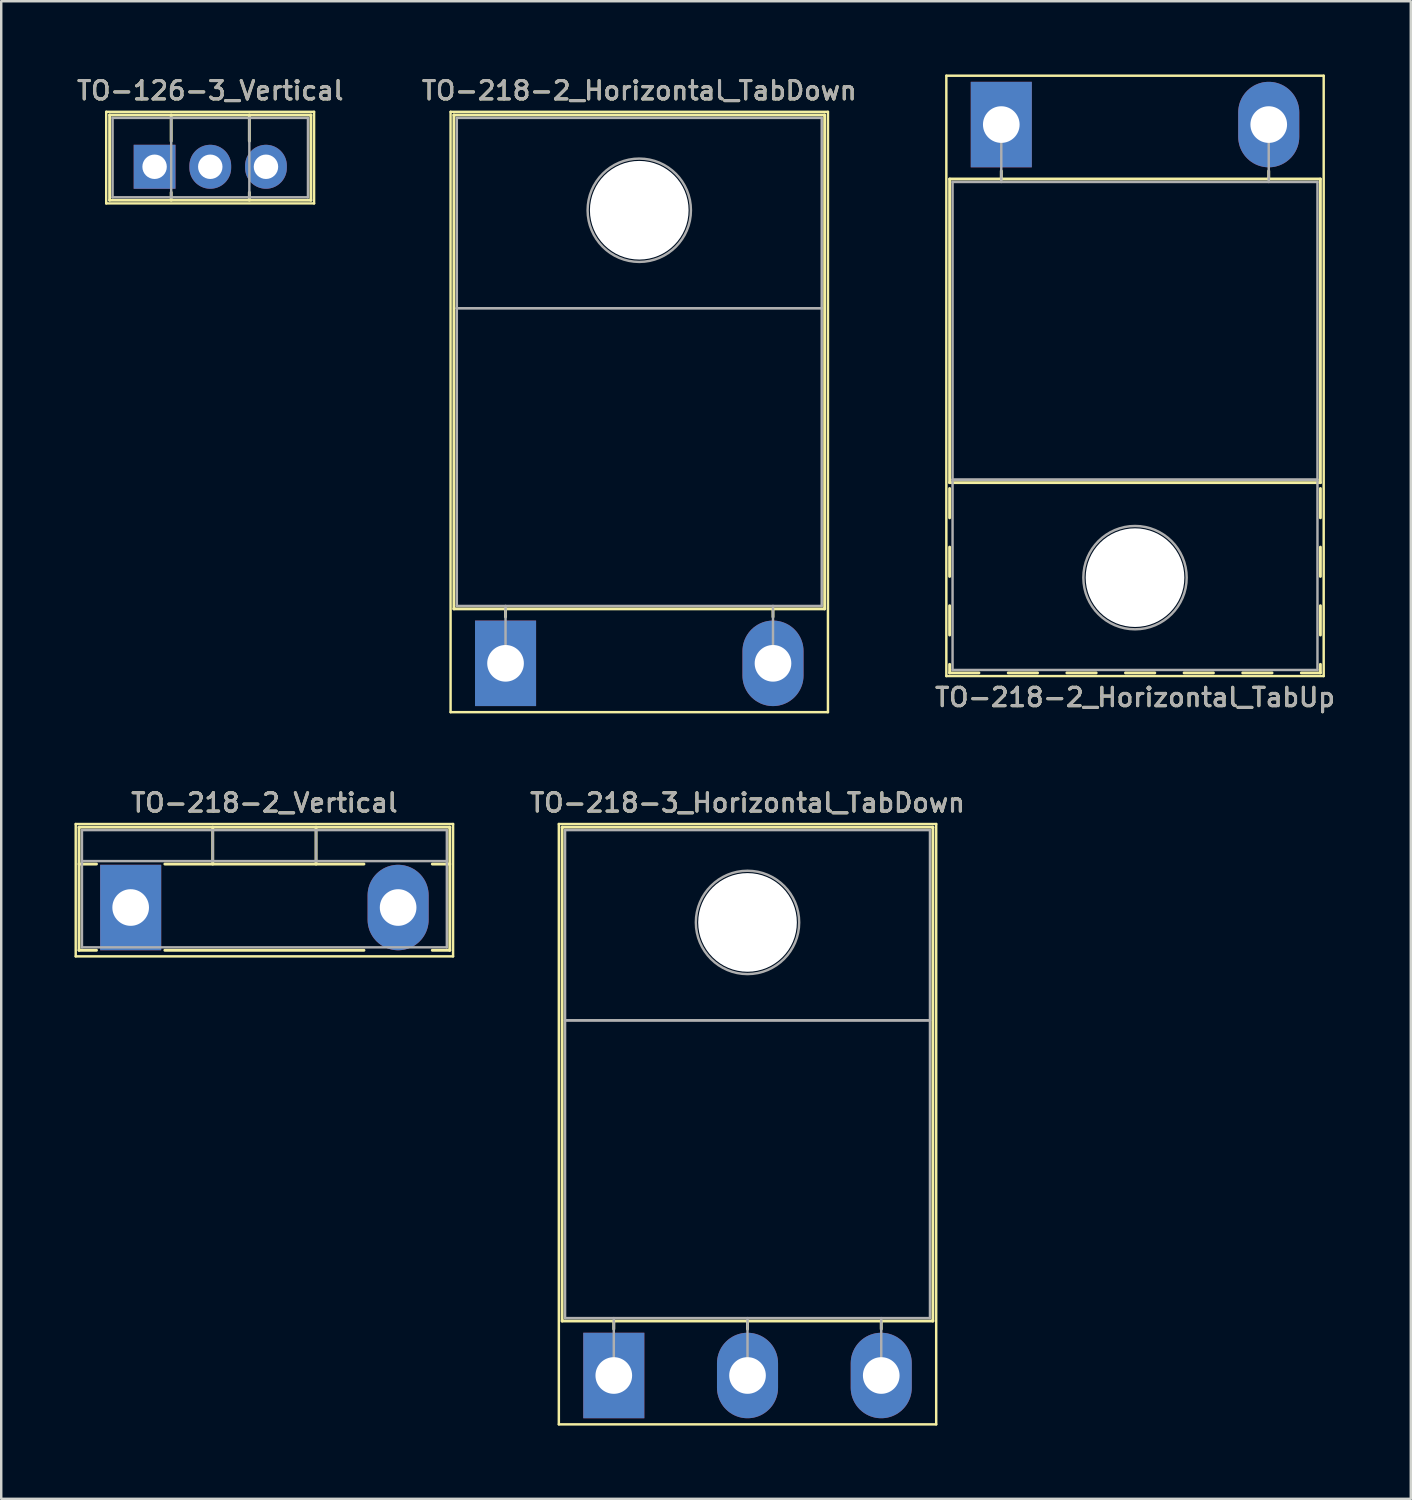
<source format=kicad_pcb>
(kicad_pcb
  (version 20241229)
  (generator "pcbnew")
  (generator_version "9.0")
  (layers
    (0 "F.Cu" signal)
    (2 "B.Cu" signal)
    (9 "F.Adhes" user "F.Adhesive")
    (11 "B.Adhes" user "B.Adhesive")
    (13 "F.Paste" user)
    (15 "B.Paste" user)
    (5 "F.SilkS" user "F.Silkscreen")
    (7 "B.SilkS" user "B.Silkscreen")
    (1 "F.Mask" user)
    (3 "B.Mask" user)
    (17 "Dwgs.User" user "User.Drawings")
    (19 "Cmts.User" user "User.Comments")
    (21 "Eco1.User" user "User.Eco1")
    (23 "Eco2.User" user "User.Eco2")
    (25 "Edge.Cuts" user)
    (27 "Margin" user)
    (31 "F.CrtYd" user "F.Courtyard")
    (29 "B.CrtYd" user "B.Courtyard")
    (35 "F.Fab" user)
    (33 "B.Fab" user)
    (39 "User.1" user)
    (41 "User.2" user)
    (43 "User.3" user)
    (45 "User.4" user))
  (footprint "TO-126-3_Vertical"
    (layer "F.Cu")
    (at 3.279 3.778)
    (property "Reference" "TO-126-3_Vertical" (at 2.28 -3.12 0) (layer "F.SilkS") (effects (font (size 0.75 0.75) (thickness 0.125))))
    (attr through_hole)
    (fp_line (start -1.98 -2.25) (end -1.98 1.5) (stroke (width 0.1) (type solid)) (layer "F.SilkS"))
    (fp_line (start -1.98 1.5) (end 6.53 1.5) (stroke (width 0.1) (type solid)) (layer "F.SilkS"))
    (fp_line (start -1.841 -2.12) (end -1.841 1.37) (stroke (width 0.12) (type solid)) (layer "F.SilkS"))
    (fp_line (start -1.841 -2.12) (end 6.4 -2.12) (stroke (width 0.12) (type solid)) (layer "F.SilkS"))
    (fp_line (start -1.841 1.37) (end 6.4 1.37) (stroke (width 0.12) (type solid)) (layer "F.SilkS"))
    (fp_line (start 0.68 -2.12) (end 0.68 -1.05) (stroke (width 0.12) (type solid)) (layer "F.SilkS"))
    (fp_line (start 0.68 1.05) (end 0.68 1.37) (stroke (width 0.12) (type solid)) (layer "F.SilkS"))
    (fp_line (start 3.88 -2.12) (end 3.88 -1.05) (stroke (width 0.12) (type solid)) (layer "F.SilkS"))
    (fp_line (start 3.88 1.05) (end 3.88 1.37) (stroke (width 0.12) (type solid)) (layer "F.SilkS"))
    (fp_line (start 6.4 -2.12) (end 6.4 1.37) (stroke (width 0.12) (type solid)) (layer "F.SilkS"))
    (fp_line (start 6.53 -2.25) (end -1.98 -2.25) (stroke (width 0.1) (type solid)) (layer "F.SilkS"))
    (fp_line (start 6.53 1.5) (end 6.53 -2.25) (stroke (width 0.1) (type solid)) (layer "F.SilkS"))
    (fp_line (start -1.72 -2) (end -1.72 1.25) (stroke (width 0.1) (type solid)) (layer "F.Fab"))
    (fp_line (start -1.72 1.25) (end 6.28 1.25) (stroke (width 0.1) (type solid)) (layer "F.Fab"))
    (fp_line (start 0.68 -2) (end 0.68 1.25) (stroke (width 0.1) (type solid)) (layer "F.Fab"))
    (fp_line (start 3.88 -2) (end 3.88 1.25) (stroke (width 0.1) (type solid)) (layer "F.Fab"))
    (fp_line (start 6.28 -2) (end -1.72 -2) (stroke (width 0.1) (type solid)) (layer "F.Fab"))
    (fp_line (start 6.28 1.25) (end 6.28 -2) (stroke (width 0.1) (type solid)) (layer "F.Fab"))
    (fp_text user "${REFERENCE}" (at 2.28 -3.12 0) (layer "F.Fab") (effects (font (size 0.75 0.75) (thickness 0.125))))
    (pad "1" thru_hole rect (at 0 0) (size 1.71 1.8) (drill 1) (layers "*.Cu" "*.Mask"))
    (pad "2" thru_hole oval (at 2.28 0) (size 1.71 1.8) (drill 1) (layers "*.Cu" "*.Mask"))
    (pad "3" thru_hole oval (at 4.56 0) (size 1.71 1.8) (drill 1) (layers "*.Cu" "*.Mask")))
  (footprint "TO-218-2_Horizontal_TabUp"
    (layer "F.Cu")
    (at 37.945 2.05)
    (property "Reference" "TO-218-2_Horizontal_TabUp" (at 5.475 23.45 0) (layer "F.SilkS") (effects (font (size 0.75 0.75) (thickness 0.125))))
    (attr through_hole)
    (fp_line (start -2.25 -2) (end -2.25 22.58) (stroke (width 0.1) (type solid)) (layer "F.SilkS"))
    (fp_line (start -2.25 22.58) (end 13.2 22.58) (stroke (width 0.1) (type solid)) (layer "F.SilkS"))
    (fp_line (start -2.115 2.23) (end -2.115 14.66) (stroke (width 0.12) (type solid)) (layer "F.SilkS"))
    (fp_line (start -2.115 2.23) (end 13.065 2.23) (stroke (width 0.12) (type solid)) (layer "F.SilkS"))
    (fp_line (start -2.115 14.66) (end 13.065 14.66) (stroke (width 0.12) (type solid)) (layer "F.SilkS"))
    (fp_line (start -2.115 14.9) (end -2.115 16.101) (stroke (width 0.12) (type solid)) (layer "F.SilkS"))
    (fp_line (start -2.115 17.3) (end -2.115 18.5) (stroke (width 0.12) (type solid)) (layer "F.SilkS"))
    (fp_line (start -2.115 19.7) (end -2.115 20.9) (stroke (width 0.12) (type solid)) (layer "F.SilkS"))
    (fp_line (start -2.115 22.1) (end -2.115 22.45) (stroke (width 0.12) (type solid)) (layer "F.SilkS"))
    (fp_line (start -2.115 22.45) (end -0.916 22.45) (stroke (width 0.12) (type solid)) (layer "F.SilkS"))
    (fp_line (start 0 1.9) (end 0 2.23) (stroke (width 0.12) (type solid)) (layer "F.SilkS"))
    (fp_line (start 0.285 22.45) (end 1.485 22.45) (stroke (width 0.12) (type solid)) (layer "F.SilkS"))
    (fp_line (start 2.685 22.45) (end 3.885 22.45) (stroke (width 0.12) (type solid)) (layer "F.SilkS"))
    (fp_line (start 5.085 22.45) (end 6.285 22.45) (stroke (width 0.12) (type solid)) (layer "F.SilkS"))
    (fp_line (start 7.485 22.45) (end 8.685 22.45) (stroke (width 0.12) (type solid)) (layer "F.SilkS"))
    (fp_line (start 9.885 22.45) (end 11.085 22.45) (stroke (width 0.12) (type solid)) (layer "F.SilkS"))
    (fp_line (start 10.95 1.9) (end 10.95 2.23) (stroke (width 0.12) (type solid)) (layer "F.SilkS"))
    (fp_line (start 12.285 22.45) (end 13.065 22.45) (stroke (width 0.12) (type solid)) (layer "F.SilkS"))
    (fp_line (start 13.065 2.23) (end 13.065 14.66) (stroke (width 0.12) (type solid)) (layer "F.SilkS"))
    (fp_line (start 13.065 14.9) (end 13.065 16.101) (stroke (width 0.12) (type solid)) (layer "F.SilkS"))
    (fp_line (start 13.065 17.3) (end 13.065 18.5) (stroke (width 0.12) (type solid)) (layer "F.SilkS"))
    (fp_line (start 13.065 19.7) (end 13.065 20.9) (stroke (width 0.12) (type solid)) (layer "F.SilkS"))
    (fp_line (start 13.065 22.1) (end 13.065 22.45) (stroke (width 0.12) (type solid)) (layer "F.SilkS"))
    (fp_line (start 13.2 -2) (end -2.25 -2) (stroke (width 0.1) (type solid)) (layer "F.SilkS"))
    (fp_line (start 13.2 22.58) (end 13.2 -2) (stroke (width 0.1) (type solid)) (layer "F.SilkS"))
    (fp_line (start -1.995 2.35) (end -1.995 14.54) (stroke (width 0.1) (type solid)) (layer "F.Fab"))
    (fp_line (start -1.995 14.54) (end -1.995 22.33) (stroke (width 0.1) (type solid)) (layer "F.Fab"))
    (fp_line (start -1.995 14.54) (end 12.945 14.54) (stroke (width 0.1) (type solid)) (layer "F.Fab"))
    (fp_line (start -1.995 22.33) (end 12.945 22.33) (stroke (width 0.1) (type solid)) (layer "F.Fab"))
    (fp_line (start 0 2.35) (end 0 0) (stroke (width 0.1) (type solid)) (layer "F.Fab"))
    (fp_line (start 10.95 2.35) (end 10.95 0) (stroke (width 0.1) (type solid)) (layer "F.Fab"))
    (fp_line (start 12.945 2.35) (end -1.995 2.35) (stroke (width 0.1) (type solid)) (layer "F.Fab"))
    (fp_line (start 12.945 14.54) (end -1.995 14.54) (stroke (width 0.1) (type solid)) (layer "F.Fab"))
    (fp_line (start 12.945 14.54) (end 12.945 2.35) (stroke (width 0.1) (type solid)) (layer "F.Fab"))
    (fp_line (start 12.945 22.33) (end 12.945 14.54) (stroke (width 0.1) (type solid)) (layer "F.Fab"))
    (fp_circle (center 5.475 18.55) (end 7.59 18.55) (stroke (width 0.1) (type solid)) (fill no) (layer "F.Fab"))
    (fp_text user "${REFERENCE}" (at 5.475 23.45 0) (layer "F.Fab") (effects (font (size 0.75 0.75) (thickness 0.125))))
    (pad "" np_thru_hole circle (at 5.475 18.55) (size 4.04 4.04) (drill 4.04) (layers "*.Cu" "*.Mask"))
    (pad "1" thru_hole rect (at 0 0) (size 2.5 3.5) (drill 1.5) (layers "*.Cu" "*.Mask"))
    (pad "2" thru_hole oval (at 10.95 0) (size 2.5 3.5) (drill 1.5) (layers "*.Cu" "*.Mask")))
  (footprint "TO-218-2_Horizontal_TabDown"
    (layer "F.Cu")
    (at 17.648 24.108)
    (property "Reference" "TO-218-2_Horizontal_TabDown" (at 5.475 -23.45 0) (layer "F.SilkS") (effects (font (size 0.75 0.75) (thickness 0.125))))
    (attr through_hole)
    (fp_line (start -2.25 -22.58) (end -2.25 2) (stroke (width 0.1) (type solid)) (layer "F.SilkS"))
    (fp_line (start -2.25 2) (end 13.2 2) (stroke (width 0.1) (type solid)) (layer "F.SilkS"))
    (fp_line (start -2.115 -22.45) (end -2.115 -2.23) (stroke (width 0.12) (type solid)) (layer "F.SilkS"))
    (fp_line (start -2.115 -22.45) (end 13.065 -22.45) (stroke (width 0.12) (type solid)) (layer "F.SilkS"))
    (fp_line (start -2.115 -2.23) (end 13.065 -2.23) (stroke (width 0.12) (type solid)) (layer "F.SilkS"))
    (fp_line (start 0 -2.23) (end 0 -1.9) (stroke (width 0.12) (type solid)) (layer "F.SilkS"))
    (fp_line (start 10.95 -2.23) (end 10.95 -1.9) (stroke (width 0.12) (type solid)) (layer "F.SilkS"))
    (fp_line (start 13.065 -22.45) (end 13.065 -2.23) (stroke (width 0.12) (type solid)) (layer "F.SilkS"))
    (fp_line (start 13.2 -22.58) (end -2.25 -22.58) (stroke (width 0.1) (type solid)) (layer "F.SilkS"))
    (fp_line (start 13.2 2) (end 13.2 -22.58) (stroke (width 0.1) (type solid)) (layer "F.SilkS"))
    (fp_line (start -1.995 -22.33) (end 12.945 -22.33) (stroke (width 0.1) (type solid)) (layer "F.Fab"))
    (fp_line (start -1.995 -14.54) (end -1.995 -22.33) (stroke (width 0.1) (type solid)) (layer "F.Fab"))
    (fp_line (start -1.995 -14.54) (end 12.945 -14.54) (stroke (width 0.1) (type solid)) (layer "F.Fab"))
    (fp_line (start -1.995 -2.35) (end -1.995 -14.54) (stroke (width 0.1) (type solid)) (layer "F.Fab"))
    (fp_line (start 0 -2.35) (end 0 0) (stroke (width 0.1) (type solid)) (layer "F.Fab"))
    (fp_line (start 10.95 -2.35) (end 10.95 0) (stroke (width 0.1) (type solid)) (layer "F.Fab"))
    (fp_line (start 12.945 -22.33) (end 12.945 -14.54) (stroke (width 0.1) (type solid)) (layer "F.Fab"))
    (fp_line (start 12.945 -14.54) (end -1.995 -14.54) (stroke (width 0.1) (type solid)) (layer "F.Fab"))
    (fp_line (start 12.945 -14.54) (end 12.945 -2.35) (stroke (width 0.1) (type solid)) (layer "F.Fab"))
    (fp_line (start 12.945 -2.35) (end -1.995 -2.35) (stroke (width 0.1) (type solid)) (layer "F.Fab"))
    (fp_circle (center 5.475 -18.55) (end 7.59 -18.55) (stroke (width 0.1) (type solid)) (fill no) (layer "F.Fab"))
    (fp_text user "${REFERENCE}" (at 5.475 -23.45 0) (layer "F.Fab") (effects (font (size 0.75 0.75) (thickness 0.125))))
    (pad "" np_thru_hole circle (at 5.475 -18.55) (size 4.04 4.04) (drill 4.04) (layers "*.Cu" "*.Mask"))
    (pad "1" thru_hole rect (at 0 0) (size 2.5 3.5) (drill 1.5) (layers "*.Cu" "*.Mask"))
    (pad "2" thru_hole oval (at 10.95 0) (size 2.5 3.5) (drill 1.5) (layers "*.Cu" "*.Mask")))
  (footprint "TO-218-2_Vertical"
    (layer "F.Cu")
    (at 2.3 34.106)
    (property "Reference" "TO-218-2_Vertical" (at 5.475 -4.29 0) (layer "F.SilkS") (effects (font (size 0.75 0.75) (thickness 0.125))))
    (attr through_hole)
    (fp_line (start -2.25 -3.42) (end -2.25 2) (stroke (width 0.1) (type solid)) (layer "F.SilkS"))
    (fp_line (start -2.25 2) (end 13.2 2) (stroke (width 0.1) (type solid)) (layer "F.SilkS"))
    (fp_line (start -2.115 -3.29) (end -2.115 1.75) (stroke (width 0.12) (type solid)) (layer "F.SilkS"))
    (fp_line (start -2.115 -3.29) (end 13.065 -3.29) (stroke (width 0.12) (type solid)) (layer "F.SilkS"))
    (fp_line (start -2.115 -1.78) (end -1.4 -1.78) (stroke (width 0.12) (type solid)) (layer "F.SilkS"))
    (fp_line (start -2.115 1.75) (end -1.4 1.75) (stroke (width 0.12) (type solid)) (layer "F.SilkS"))
    (fp_line (start 1.4 -1.78) (end 9.55 -1.78) (stroke (width 0.12) (type solid)) (layer "F.SilkS"))
    (fp_line (start 1.4 1.75) (end 9.55 1.75) (stroke (width 0.12) (type solid)) (layer "F.SilkS"))
    (fp_line (start 3.36 -3.29) (end 3.36 -1.78) (stroke (width 0.12) (type solid)) (layer "F.SilkS"))
    (fp_line (start 7.59 -3.29) (end 7.59 -1.78) (stroke (width 0.12) (type solid)) (layer "F.SilkS"))
    (fp_line (start 12.35 -1.78) (end 13.065 -1.78) (stroke (width 0.12) (type solid)) (layer "F.SilkS"))
    (fp_line (start 12.35 1.75) (end 13.065 1.75) (stroke (width 0.12) (type solid)) (layer "F.SilkS"))
    (fp_line (start 13.065 -3.29) (end 13.065 1.75) (stroke (width 0.12) (type solid)) (layer "F.SilkS"))
    (fp_line (start 13.2 -3.42) (end -2.25 -3.42) (stroke (width 0.1) (type solid)) (layer "F.SilkS"))
    (fp_line (start 13.2 2) (end 13.2 -3.42) (stroke (width 0.1) (type solid)) (layer "F.SilkS"))
    (fp_line (start -1.995 -3.17) (end -1.995 1.63) (stroke (width 0.1) (type solid)) (layer "F.Fab"))
    (fp_line (start -1.995 -1.9) (end 12.945 -1.9) (stroke (width 0.1) (type solid)) (layer "F.Fab"))
    (fp_line (start -1.995 1.63) (end 12.945 1.63) (stroke (width 0.1) (type solid)) (layer "F.Fab"))
    (fp_line (start 3.36 -3.17) (end 3.36 -1.9) (stroke (width 0.1) (type solid)) (layer "F.Fab"))
    (fp_line (start 7.59 -3.17) (end 7.59 -1.9) (stroke (width 0.1) (type solid)) (layer "F.Fab"))
    (fp_line (start 12.945 -3.17) (end -1.995 -3.17) (stroke (width 0.1) (type solid)) (layer "F.Fab"))
    (fp_line (start 12.945 1.63) (end 12.945 -3.17) (stroke (width 0.1) (type solid)) (layer "F.Fab"))
    (fp_text user "${REFERENCE}" (at 5.475 -4.29 0) (layer "F.Fab") (effects (font (size 0.75 0.75) (thickness 0.125))))
    (pad "1" thru_hole rect (at 0 0) (size 2.5 3.5) (drill 1.5) (layers "*.Cu" "*.Mask"))
    (pad "2" thru_hole oval (at 10.95 0) (size 2.5 3.5) (drill 1.5) (layers "*.Cu" "*.Mask")))
  (footprint "TO-218-3_Horizontal_TabDown"
    (layer "F.Cu")
    (at 22.08 53.266)
    (property "Reference" "TO-218-3_Horizontal_TabDown" (at 5.475 -23.45 0) (layer "F.SilkS") (effects (font (size 0.75 0.75) (thickness 0.125))))
    (attr through_hole)
    (fp_line (start -2.25 -22.58) (end -2.25 2) (stroke (width 0.1) (type solid)) (layer "F.SilkS"))
    (fp_line (start -2.25 2) (end 13.2 2) (stroke (width 0.1) (type solid)) (layer "F.SilkS"))
    (fp_line (start -2.115 -22.45) (end -2.115 -2.23) (stroke (width 0.12) (type solid)) (layer "F.SilkS"))
    (fp_line (start -2.115 -22.45) (end 13.065 -22.45) (stroke (width 0.12) (type solid)) (layer "F.SilkS"))
    (fp_line (start -2.115 -2.23) (end 13.065 -2.23) (stroke (width 0.12) (type solid)) (layer "F.SilkS"))
    (fp_line (start 0 -2.23) (end 0 -1.9) (stroke (width 0.12) (type solid)) (layer "F.SilkS"))
    (fp_line (start 5.475 -2.23) (end 5.475 -1.9) (stroke (width 0.12) (type solid)) (layer "F.SilkS"))
    (fp_line (start 10.95 -2.23) (end 10.95 -1.9) (stroke (width 0.12) (type solid)) (layer "F.SilkS"))
    (fp_line (start 13.065 -22.45) (end 13.065 -2.23) (stroke (width 0.12) (type solid)) (layer "F.SilkS"))
    (fp_line (start 13.2 -22.58) (end -2.25 -22.58) (stroke (width 0.1) (type solid)) (layer "F.SilkS"))
    (fp_line (start 13.2 2) (end 13.2 -22.58) (stroke (width 0.1) (type solid)) (layer "F.SilkS"))
    (fp_line (start -1.995 -22.33) (end 12.945 -22.33) (stroke (width 0.1) (type solid)) (layer "F.Fab"))
    (fp_line (start -1.995 -14.54) (end -1.995 -22.33) (stroke (width 0.1) (type solid)) (layer "F.Fab"))
    (fp_line (start -1.995 -14.54) (end 12.945 -14.54) (stroke (width 0.1) (type solid)) (layer "F.Fab"))
    (fp_line (start -1.995 -2.35) (end -1.995 -14.54) (stroke (width 0.1) (type solid)) (layer "F.Fab"))
    (fp_line (start 0 -2.35) (end 0 0) (stroke (width 0.1) (type solid)) (layer "F.Fab"))
    (fp_line (start 5.475 -2.35) (end 5.475 0) (stroke (width 0.1) (type solid)) (layer "F.Fab"))
    (fp_line (start 10.95 -2.35) (end 10.95 0) (stroke (width 0.1) (type solid)) (layer "F.Fab"))
    (fp_line (start 12.945 -22.33) (end 12.945 -14.54) (stroke (width 0.1) (type solid)) (layer "F.Fab"))
    (fp_line (start 12.945 -14.54) (end -1.995 -14.54) (stroke (width 0.1) (type solid)) (layer "F.Fab"))
    (fp_line (start 12.945 -14.54) (end 12.945 -2.35) (stroke (width 0.1) (type solid)) (layer "F.Fab"))
    (fp_line (start 12.945 -2.35) (end -1.995 -2.35) (stroke (width 0.1) (type solid)) (layer "F.Fab"))
    (fp_circle (center 5.475 -18.55) (end 7.59 -18.55) (stroke (width 0.1) (type solid)) (fill no) (layer "F.Fab"))
    (fp_text user "${REFERENCE}" (at 5.475 -23.45 0) (layer "F.Fab") (effects (font (size 0.75 0.75) (thickness 0.125))))
    (pad "" np_thru_hole circle (at 5.475 -18.55) (size 4.04 4.04) (drill 4.04) (layers "*.Cu" "*.Mask"))
    (pad "1" thru_hole rect (at 0 0) (size 2.5 3.5) (drill 1.5) (layers "*.Cu" "*.Mask"))
    (pad "2" thru_hole oval (at 5.475 0) (size 2.5 3.5) (drill 1.5) (layers "*.Cu" "*.Mask"))
    (pad "3" thru_hole oval (at 10.95 0) (size 2.5 3.5) (drill 1.5) (layers "*.Cu" "*.Mask")))
  (gr_rect
    (start -3 -3)
    (end 54.711 58.316)
    (stroke (width 0.1) (type default))
    (fill no)
    (layer "Edge.Cuts")))
</source>
